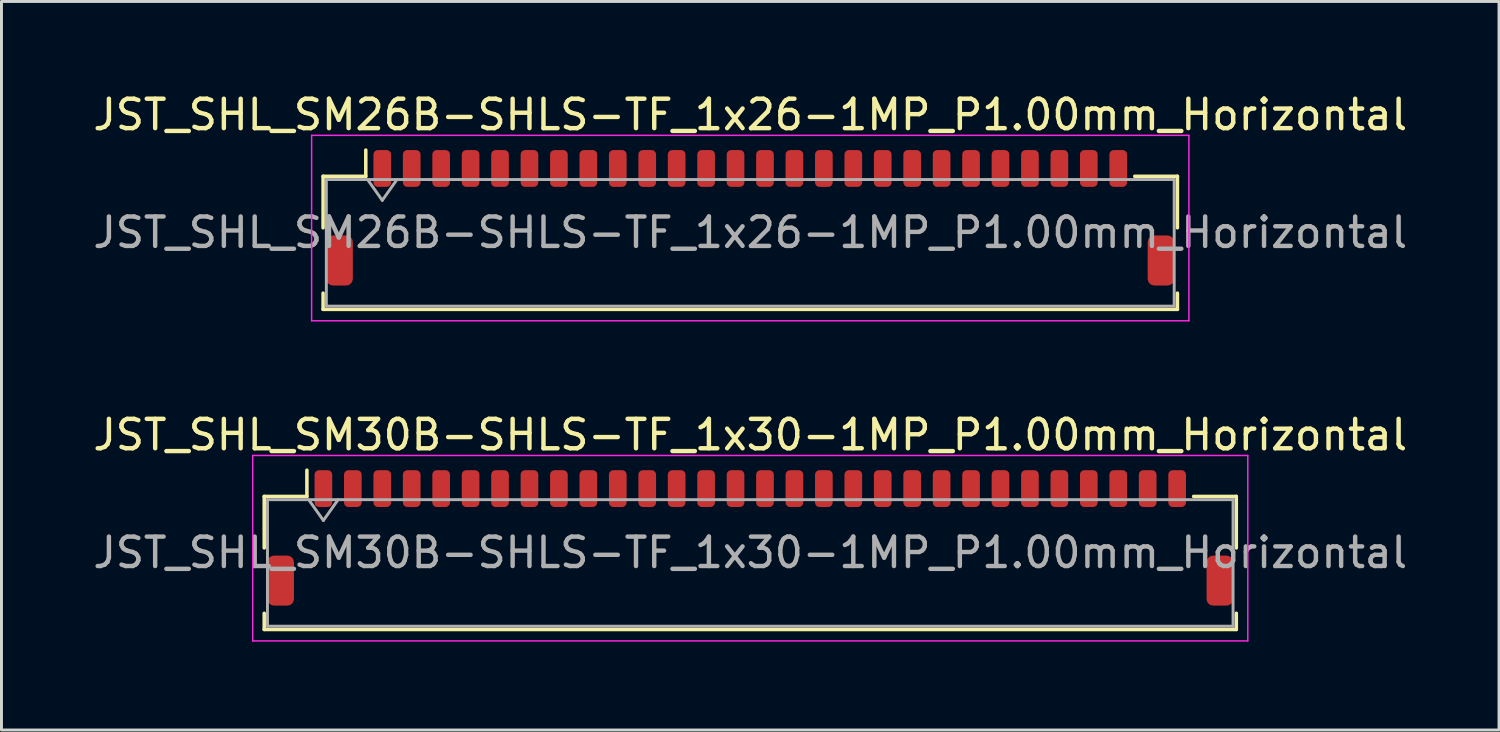
<source format=kicad_pcb>
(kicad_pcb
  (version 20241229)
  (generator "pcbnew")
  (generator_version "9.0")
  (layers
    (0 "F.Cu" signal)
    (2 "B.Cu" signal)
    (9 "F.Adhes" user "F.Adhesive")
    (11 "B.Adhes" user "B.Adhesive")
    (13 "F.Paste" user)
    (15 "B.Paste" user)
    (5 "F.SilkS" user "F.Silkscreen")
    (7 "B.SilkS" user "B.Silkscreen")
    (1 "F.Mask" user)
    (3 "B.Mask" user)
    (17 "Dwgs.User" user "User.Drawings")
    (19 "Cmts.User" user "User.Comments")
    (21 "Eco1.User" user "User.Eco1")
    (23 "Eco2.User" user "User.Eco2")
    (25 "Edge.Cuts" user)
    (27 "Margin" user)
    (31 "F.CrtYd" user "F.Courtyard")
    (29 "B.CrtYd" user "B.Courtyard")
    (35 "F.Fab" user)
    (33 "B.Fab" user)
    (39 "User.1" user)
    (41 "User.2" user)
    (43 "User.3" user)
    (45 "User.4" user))
  (footprint "JST_SHL_SM26B-SHLS-TF_1x26-1MP_P1.00mm_Horizontal"
    (layer "F.Cu")
    (at 22.435 4.348)
    (property "Reference" "JST_SHL_SM26B-SHLS-TF_1x26-1MP_P1.00mm_Horizontal" (at 0 -3.5 0) (layer "F.SilkS") (effects (font (size 1 1) (thickness 0.15))))
    (attr smd)
    (fp_line (start -14.51 -1.41) (end -13.06 -1.41) (stroke (width 0.12) (type solid)) (layer "F.SilkS"))
    (fp_line (start -14.51 0.34) (end -14.51 -1.41) (stroke (width 0.12) (type solid)) (layer "F.SilkS"))
    (fp_line (start -14.51 2.56) (end -14.51 3.11) (stroke (width 0.12) (type solid)) (layer "F.SilkS"))
    (fp_line (start -14.51 3.11) (end 14.51 3.11) (stroke (width 0.12) (type solid)) (layer "F.SilkS"))
    (fp_line (start -13.06 -1.41) (end -13.06 -2.3) (stroke (width 0.12) (type solid)) (layer "F.SilkS"))
    (fp_line (start 14.51 -1.41) (end 13.06 -1.41) (stroke (width 0.12) (type solid)) (layer "F.SilkS"))
    (fp_line (start 14.51 0.34) (end 14.51 -1.41) (stroke (width 0.12) (type solid)) (layer "F.SilkS"))
    (fp_line (start 14.51 3.11) (end 14.51 2.56) (stroke (width 0.12) (type solid)) (layer "F.SilkS"))
    (fp_line (start -14.9 -2.8) (end -14.9 3.5) (stroke (width 0.05) (type solid)) (layer "F.CrtYd"))
    (fp_line (start -14.9 3.5) (end 14.9 3.5) (stroke (width 0.05) (type solid)) (layer "F.CrtYd"))
    (fp_line (start 14.9 -2.8) (end -14.9 -2.8) (stroke (width 0.05) (type solid)) (layer "F.CrtYd"))
    (fp_line (start 14.9 3.5) (end 14.9 -2.8) (stroke (width 0.05) (type solid)) (layer "F.CrtYd"))
    (fp_line (start -14.4 -1.3) (end -14.4 3) (stroke (width 0.1) (type solid)) (layer "F.Fab"))
    (fp_line (start -14.4 -1.3) (end 14.4 -1.3) (stroke (width 0.1) (type solid)) (layer "F.Fab"))
    (fp_line (start -14.4 3) (end 14.4 3) (stroke (width 0.1) (type solid)) (layer "F.Fab"))
    (fp_line (start -13 -1.3) (end -12.5 -0.593) (stroke (width 0.1) (type solid)) (layer "F.Fab"))
    (fp_line (start -12.5 -0.593) (end -12 -1.3) (stroke (width 0.1) (type solid)) (layer "F.Fab"))
    (fp_line (start 14.4 -1.3) (end 14.4 3) (stroke (width 0.1) (type solid)) (layer "F.Fab"))
    (fp_text user "${REFERENCE}" (at 0 0.5 0) (layer "F.Fab") (effects (font (size 1 1) (thickness 0.15))))
    (pad "1" smd roundrect (at -12.5 -1.675) (size 0.6 1.25) (layers "F.Cu" "F.Mask" "F.Paste") (roundrect_rratio 0.25))
    (pad "2" smd roundrect (at -11.5 -1.675) (size 0.6 1.25) (layers "F.Cu" "F.Mask" "F.Paste") (roundrect_rratio 0.25))
    (pad "3" smd roundrect (at -10.5 -1.675) (size 0.6 1.25) (layers "F.Cu" "F.Mask" "F.Paste") (roundrect_rratio 0.25))
    (pad "4" smd roundrect (at -9.5 -1.675) (size 0.6 1.25) (layers "F.Cu" "F.Mask" "F.Paste") (roundrect_rratio 0.25))
    (pad "5" smd roundrect (at -8.5 -1.675) (size 0.6 1.25) (layers "F.Cu" "F.Mask" "F.Paste") (roundrect_rratio 0.25))
    (pad "6" smd roundrect (at -7.5 -1.675) (size 0.6 1.25) (layers "F.Cu" "F.Mask" "F.Paste") (roundrect_rratio 0.25))
    (pad "7" smd roundrect (at -6.5 -1.675) (size 0.6 1.25) (layers "F.Cu" "F.Mask" "F.Paste") (roundrect_rratio 0.25))
    (pad "8" smd roundrect (at -5.5 -1.675) (size 0.6 1.25) (layers "F.Cu" "F.Mask" "F.Paste") (roundrect_rratio 0.25))
    (pad "9" smd roundrect (at -4.5 -1.675) (size 0.6 1.25) (layers "F.Cu" "F.Mask" "F.Paste") (roundrect_rratio 0.25))
    (pad "10" smd roundrect (at -3.5 -1.675) (size 0.6 1.25) (layers "F.Cu" "F.Mask" "F.Paste") (roundrect_rratio 0.25))
    (pad "11" smd roundrect (at -2.5 -1.675) (size 0.6 1.25) (layers "F.Cu" "F.Mask" "F.Paste") (roundrect_rratio 0.25))
    (pad "12" smd roundrect (at -1.5 -1.675) (size 0.6 1.25) (layers "F.Cu" "F.Mask" "F.Paste") (roundrect_rratio 0.25))
    (pad "13" smd roundrect (at -0.5 -1.675) (size 0.6 1.25) (layers "F.Cu" "F.Mask" "F.Paste") (roundrect_rratio 0.25))
    (pad "14" smd roundrect (at 0.5 -1.675) (size 0.6 1.25) (layers "F.Cu" "F.Mask" "F.Paste") (roundrect_rratio 0.25))
    (pad "15" smd roundrect (at 1.5 -1.675) (size 0.6 1.25) (layers "F.Cu" "F.Mask" "F.Paste") (roundrect_rratio 0.25))
    (pad "16" smd roundrect (at 2.5 -1.675) (size 0.6 1.25) (layers "F.Cu" "F.Mask" "F.Paste") (roundrect_rratio 0.25))
    (pad "17" smd roundrect (at 3.5 -1.675) (size 0.6 1.25) (layers "F.Cu" "F.Mask" "F.Paste") (roundrect_rratio 0.25))
    (pad "18" smd roundrect (at 4.5 -1.675) (size 0.6 1.25) (layers "F.Cu" "F.Mask" "F.Paste") (roundrect_rratio 0.25))
    (pad "19" smd roundrect (at 5.5 -1.675) (size 0.6 1.25) (layers "F.Cu" "F.Mask" "F.Paste") (roundrect_rratio 0.25))
    (pad "20" smd roundrect (at 6.5 -1.675) (size 0.6 1.25) (layers "F.Cu" "F.Mask" "F.Paste") (roundrect_rratio 0.25))
    (pad "21" smd roundrect (at 7.5 -1.675) (size 0.6 1.25) (layers "F.Cu" "F.Mask" "F.Paste") (roundrect_rratio 0.25))
    (pad "22" smd roundrect (at 8.5 -1.675) (size 0.6 1.25) (layers "F.Cu" "F.Mask" "F.Paste") (roundrect_rratio 0.25))
    (pad "23" smd roundrect (at 9.5 -1.675) (size 0.6 1.25) (layers "F.Cu" "F.Mask" "F.Paste") (roundrect_rratio 0.25))
    (pad "24" smd roundrect (at 10.5 -1.675) (size 0.6 1.25) (layers "F.Cu" "F.Mask" "F.Paste") (roundrect_rratio 0.25))
    (pad "25" smd roundrect (at 11.5 -1.675) (size 0.6 1.25) (layers "F.Cu" "F.Mask" "F.Paste") (roundrect_rratio 0.25))
    (pad "26" smd roundrect (at 12.5 -1.675) (size 0.6 1.25) (layers "F.Cu" "F.Mask" "F.Paste") (roundrect_rratio 0.25))
    (pad "MP" smd roundrect (at -13.95 1.45) (size 0.9 1.7) (layers "F.Cu" "F.Mask" "F.Paste") (roundrect_rratio 0.25))
    (pad "MP" smd roundrect (at 13.95 1.45) (size 0.9 1.7) (layers "F.Cu" "F.Mask" "F.Paste") (roundrect_rratio 0.25)))
  (footprint "JST_SHL_SM30B-SHLS-TF_1x30-1MP_P1.00mm_Horizontal"
    (layer "F.Cu")
    (at 22.435 15.222)
    (property "Reference" "JST_SHL_SM30B-SHLS-TF_1x30-1MP_P1.00mm_Horizontal" (at 0 -3.5 0) (layer "F.SilkS") (effects (font (size 1 1) (thickness 0.15))))
    (attr smd)
    (fp_line (start -16.51 -1.41) (end -15.06 -1.41) (stroke (width 0.12) (type solid)) (layer "F.SilkS"))
    (fp_line (start -16.51 0.34) (end -16.51 -1.41) (stroke (width 0.12) (type solid)) (layer "F.SilkS"))
    (fp_line (start -16.51 2.56) (end -16.51 3.11) (stroke (width 0.12) (type solid)) (layer "F.SilkS"))
    (fp_line (start -16.51 3.11) (end 16.51 3.11) (stroke (width 0.12) (type solid)) (layer "F.SilkS"))
    (fp_line (start -15.06 -1.41) (end -15.06 -2.3) (stroke (width 0.12) (type solid)) (layer "F.SilkS"))
    (fp_line (start 16.51 -1.41) (end 15.06 -1.41) (stroke (width 0.12) (type solid)) (layer "F.SilkS"))
    (fp_line (start 16.51 0.34) (end 16.51 -1.41) (stroke (width 0.12) (type solid)) (layer "F.SilkS"))
    (fp_line (start 16.51 3.11) (end 16.51 2.56) (stroke (width 0.12) (type solid)) (layer "F.SilkS"))
    (fp_line (start -16.9 -2.8) (end -16.9 3.5) (stroke (width 0.05) (type solid)) (layer "F.CrtYd"))
    (fp_line (start -16.9 3.5) (end 16.9 3.5) (stroke (width 0.05) (type solid)) (layer "F.CrtYd"))
    (fp_line (start 16.9 -2.8) (end -16.9 -2.8) (stroke (width 0.05) (type solid)) (layer "F.CrtYd"))
    (fp_line (start 16.9 3.5) (end 16.9 -2.8) (stroke (width 0.05) (type solid)) (layer "F.CrtYd"))
    (fp_line (start -16.4 -1.3) (end -16.4 3) (stroke (width 0.1) (type solid)) (layer "F.Fab"))
    (fp_line (start -16.4 -1.3) (end 16.4 -1.3) (stroke (width 0.1) (type solid)) (layer "F.Fab"))
    (fp_line (start -16.4 3) (end 16.4 3) (stroke (width 0.1) (type solid)) (layer "F.Fab"))
    (fp_line (start -15 -1.3) (end -14.5 -0.593) (stroke (width 0.1) (type solid)) (layer "F.Fab"))
    (fp_line (start -14.5 -0.593) (end -14 -1.3) (stroke (width 0.1) (type solid)) (layer "F.Fab"))
    (fp_line (start 16.4 -1.3) (end 16.4 3) (stroke (width 0.1) (type solid)) (layer "F.Fab"))
    (fp_text user "${REFERENCE}" (at 0 0.5 0) (layer "F.Fab") (effects (font (size 1 1) (thickness 0.15))))
    (pad "1" smd roundrect (at -14.5 -1.675) (size 0.6 1.25) (layers "F.Cu" "F.Mask" "F.Paste") (roundrect_rratio 0.25))
    (pad "2" smd roundrect (at -13.5 -1.675) (size 0.6 1.25) (layers "F.Cu" "F.Mask" "F.Paste") (roundrect_rratio 0.25))
    (pad "3" smd roundrect (at -12.5 -1.675) (size 0.6 1.25) (layers "F.Cu" "F.Mask" "F.Paste") (roundrect_rratio 0.25))
    (pad "4" smd roundrect (at -11.5 -1.675) (size 0.6 1.25) (layers "F.Cu" "F.Mask" "F.Paste") (roundrect_rratio 0.25))
    (pad "5" smd roundrect (at -10.5 -1.675) (size 0.6 1.25) (layers "F.Cu" "F.Mask" "F.Paste") (roundrect_rratio 0.25))
    (pad "6" smd roundrect (at -9.5 -1.675) (size 0.6 1.25) (layers "F.Cu" "F.Mask" "F.Paste") (roundrect_rratio 0.25))
    (pad "7" smd roundrect (at -8.5 -1.675) (size 0.6 1.25) (layers "F.Cu" "F.Mask" "F.Paste") (roundrect_rratio 0.25))
    (pad "8" smd roundrect (at -7.5 -1.675) (size 0.6 1.25) (layers "F.Cu" "F.Mask" "F.Paste") (roundrect_rratio 0.25))
    (pad "9" smd roundrect (at -6.5 -1.675) (size 0.6 1.25) (layers "F.Cu" "F.Mask" "F.Paste") (roundrect_rratio 0.25))
    (pad "10" smd roundrect (at -5.5 -1.675) (size 0.6 1.25) (layers "F.Cu" "F.Mask" "F.Paste") (roundrect_rratio 0.25))
    (pad "11" smd roundrect (at -4.5 -1.675) (size 0.6 1.25) (layers "F.Cu" "F.Mask" "F.Paste") (roundrect_rratio 0.25))
    (pad "12" smd roundrect (at -3.5 -1.675) (size 0.6 1.25) (layers "F.Cu" "F.Mask" "F.Paste") (roundrect_rratio 0.25))
    (pad "13" smd roundrect (at -2.5 -1.675) (size 0.6 1.25) (layers "F.Cu" "F.Mask" "F.Paste") (roundrect_rratio 0.25))
    (pad "14" smd roundrect (at -1.5 -1.675) (size 0.6 1.25) (layers "F.Cu" "F.Mask" "F.Paste") (roundrect_rratio 0.25))
    (pad "15" smd roundrect (at -0.5 -1.675) (size 0.6 1.25) (layers "F.Cu" "F.Mask" "F.Paste") (roundrect_rratio 0.25))
    (pad "16" smd roundrect (at 0.5 -1.675) (size 0.6 1.25) (layers "F.Cu" "F.Mask" "F.Paste") (roundrect_rratio 0.25))
    (pad "17" smd roundrect (at 1.5 -1.675) (size 0.6 1.25) (layers "F.Cu" "F.Mask" "F.Paste") (roundrect_rratio 0.25))
    (pad "18" smd roundrect (at 2.5 -1.675) (size 0.6 1.25) (layers "F.Cu" "F.Mask" "F.Paste") (roundrect_rratio 0.25))
    (pad "19" smd roundrect (at 3.5 -1.675) (size 0.6 1.25) (layers "F.Cu" "F.Mask" "F.Paste") (roundrect_rratio 0.25))
    (pad "20" smd roundrect (at 4.5 -1.675) (size 0.6 1.25) (layers "F.Cu" "F.Mask" "F.Paste") (roundrect_rratio 0.25))
    (pad "21" smd roundrect (at 5.5 -1.675) (size 0.6 1.25) (layers "F.Cu" "F.Mask" "F.Paste") (roundrect_rratio 0.25))
    (pad "22" smd roundrect (at 6.5 -1.675) (size 0.6 1.25) (layers "F.Cu" "F.Mask" "F.Paste") (roundrect_rratio 0.25))
    (pad "23" smd roundrect (at 7.5 -1.675) (size 0.6 1.25) (layers "F.Cu" "F.Mask" "F.Paste") (roundrect_rratio 0.25))
    (pad "24" smd roundrect (at 8.5 -1.675) (size 0.6 1.25) (layers "F.Cu" "F.Mask" "F.Paste") (roundrect_rratio 0.25))
    (pad "25" smd roundrect (at 9.5 -1.675) (size 0.6 1.25) (layers "F.Cu" "F.Mask" "F.Paste") (roundrect_rratio 0.25))
    (pad "26" smd roundrect (at 10.5 -1.675) (size 0.6 1.25) (layers "F.Cu" "F.Mask" "F.Paste") (roundrect_rratio 0.25))
    (pad "27" smd roundrect (at 11.5 -1.675) (size 0.6 1.25) (layers "F.Cu" "F.Mask" "F.Paste") (roundrect_rratio 0.25))
    (pad "28" smd roundrect (at 12.5 -1.675) (size 0.6 1.25) (layers "F.Cu" "F.Mask" "F.Paste") (roundrect_rratio 0.25))
    (pad "29" smd roundrect (at 13.5 -1.675) (size 0.6 1.25) (layers "F.Cu" "F.Mask" "F.Paste") (roundrect_rratio 0.25))
    (pad "30" smd roundrect (at 14.5 -1.675) (size 0.6 1.25) (layers "F.Cu" "F.Mask" "F.Paste") (roundrect_rratio 0.25))
    (pad "MP" smd roundrect (at -15.95 1.45) (size 0.9 1.7) (layers "F.Cu" "F.Mask" "F.Paste") (roundrect_rratio 0.25))
    (pad "MP" smd roundrect (at 15.95 1.45) (size 0.9 1.7) (layers "F.Cu" "F.Mask" "F.Paste") (roundrect_rratio 0.25)))
  (gr_rect
    (start -3 -3)
    (end 47.869 21.747)
    (stroke (width 0.1) (type default))
    (fill no)
    (layer "Edge.Cuts")))
</source>
